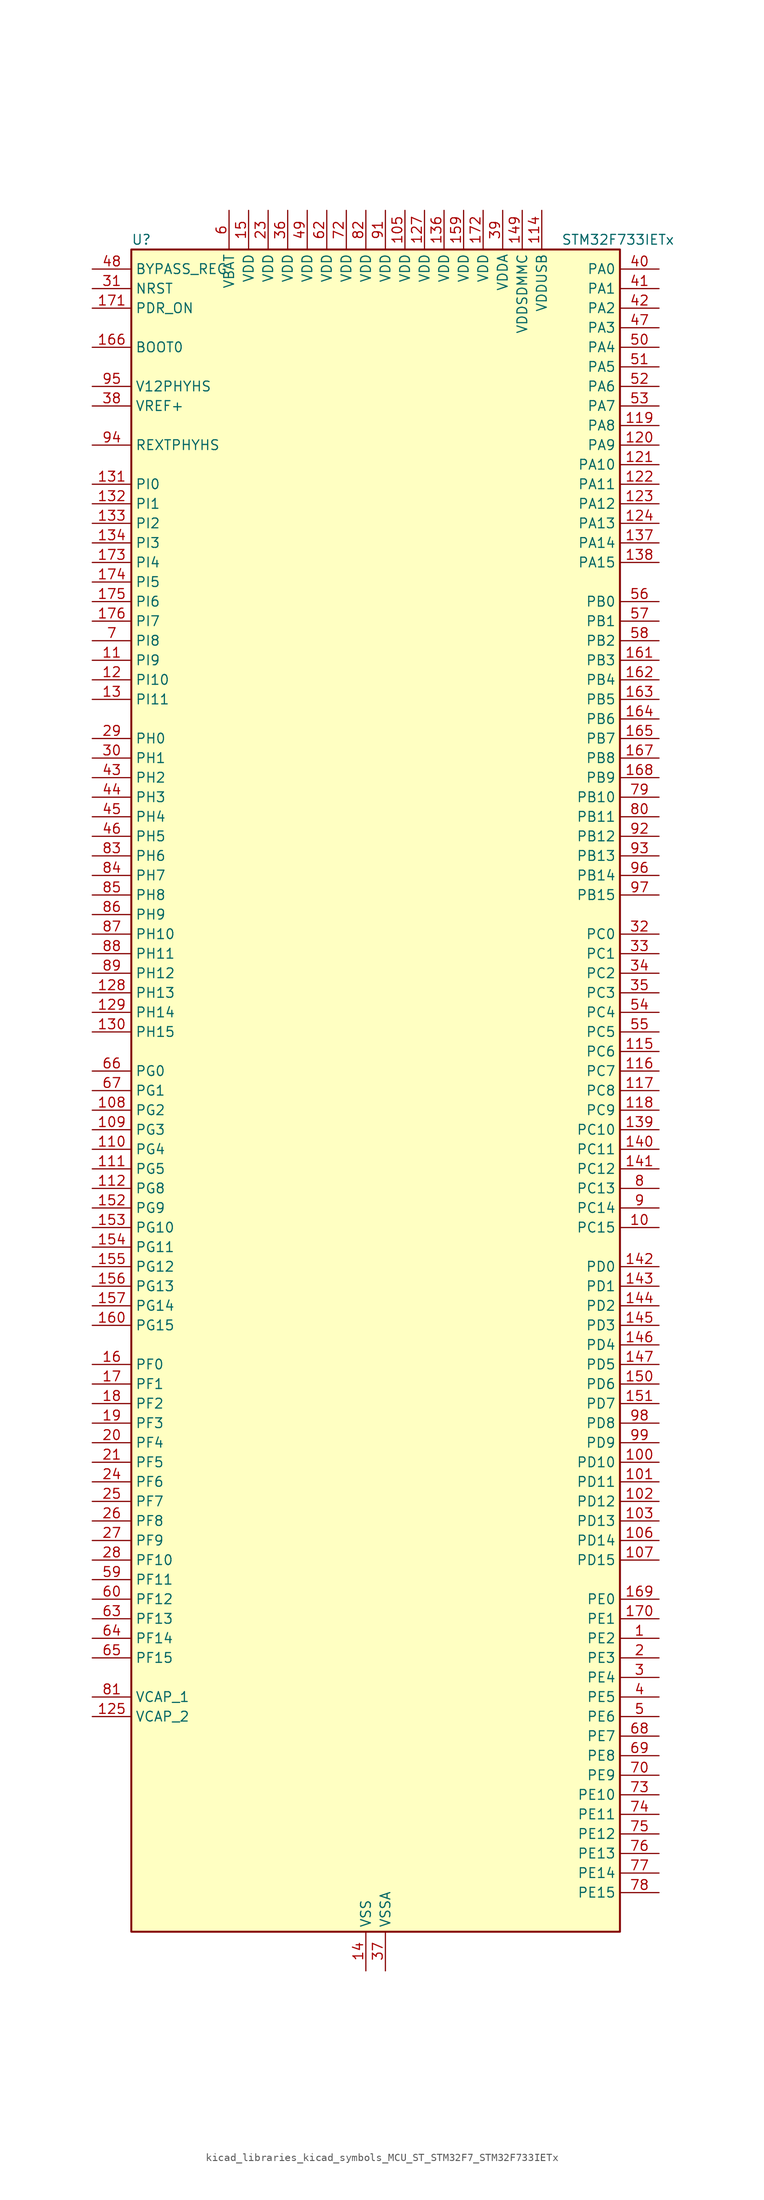
<source format=kicad_sym>
(kicad_symbol_lib
  (version 20220914)
  (generator kicad_symbol_editor)
  (symbol "kicad_libraries_kicad_symbols_MCU_ST_STM32F7_STM32F733IETx"
    (property "Reference" "U"
      (at -30.48 110.49 0)
      (effects (font (size 1.27 1.27)) (justify left)))
    (property "Value" "STM32F733IETx"
      (at 25.4 110.49 0)
      (effects (font (size 1.27 1.27)) (justify left)))
    (property "ki_locked" ""
      (at 0 0 0)
      (effects (font (size 1.27 1.27))))
    (symbol "kicad_libraries_kicad_symbols_MCU_ST_STM32F7_STM32F733IETx_0_1"
      (rectangle (start -30.48 -109.22) (end 33.02 109.22) (stroke (width 0.254) (type default)) (fill (type background))))
    (symbol "kicad_libraries_kicad_symbols_MCU_ST_STM32F7_STM32F733IETx_1_1"
      (pin bidirectional line (at 38.1 -71.12 180) (length 5.08) (name "PE2" (effects (font (size 1.27 1.27)))) (number "1" (effects (font (size 1.27 1.27)))) (alternate "FMC_A23" bidirectional line) (alternate "QUADSPI_BK1_IO2" bidirectional line) (alternate "SAI1_MCLK_A" bidirectional line) (alternate "SPI4_SCK" bidirectional line) (alternate "SYS_TRACECLK" bidirectional line))
      (pin bidirectional line (at 38.1 -17.78 180) (length 5.08) (name "PC15" (effects (font (size 1.27 1.27)))) (number "10" (effects (font (size 1.27 1.27)))) (alternate "RCC_OSC32_OUT" bidirectional line))
      (pin bidirectional line (at 38.1 -48.26 180) (length 5.08) (name "PD10" (effects (font (size 1.27 1.27)))) (number "100" (effects (font (size 1.27 1.27)))) (alternate "FMC_D15" bidirectional line) (alternate "FMC_DA15" bidirectional line) (alternate "USART3_CK" bidirectional line))
      (pin bidirectional line (at 38.1 -50.8 180) (length 5.08) (name "PD11" (effects (font (size 1.27 1.27)))) (number "101" (effects (font (size 1.27 1.27)))) (alternate "ADC1_EXTI11" bidirectional line) (alternate "ADC2_EXTI11" bidirectional line) (alternate "ADC3_EXTI11" bidirectional line) (alternate "FMC_A16" bidirectional line) (alternate "FMC_CLE" bidirectional line) (alternate "QUADSPI_BK1_IO0" bidirectional line) (alternate "SAI2_SD_A" bidirectional line) (alternate "USART3_CTS" bidirectional line))
      (pin bidirectional line (at 38.1 -53.34 180) (length 5.08) (name "PD12" (effects (font (size 1.27 1.27)))) (number "102" (effects (font (size 1.27 1.27)))) (alternate "FMC_A17" bidirectional line) (alternate "FMC_ALE" bidirectional line) (alternate "LPTIM1_IN1" bidirectional line) (alternate "QUADSPI_BK1_IO1" bidirectional line) (alternate "SAI2_FS_A" bidirectional line) (alternate "TIM4_CH1" bidirectional line) (alternate "USART3_DE" bidirectional line) (alternate "USART3_RTS" bidirectional line))
      (pin bidirectional line (at 38.1 -55.88 180) (length 5.08) (name "PD13" (effects (font (size 1.27 1.27)))) (number "103" (effects (font (size 1.27 1.27)))) (alternate "FMC_A18" bidirectional line) (alternate "LPTIM1_OUT" bidirectional line) (alternate "QUADSPI_BK1_IO3" bidirectional line) (alternate "SAI2_SCK_A" bidirectional line) (alternate "TIM4_CH2" bidirectional line))
      (pin passive line (at 0 -114.3 90) (length 5.08) hide (name "VSS" (effects (font (size 1.27 1.27)))) (number "104" (effects (font (size 1.27 1.27)))))
      (pin power_in line (at 5.08 114.3 270) (length 5.08) (name "VDD" (effects (font (size 1.27 1.27)))) (number "105" (effects (font (size 1.27 1.27)))))
      (pin bidirectional line (at 38.1 -58.42 180) (length 5.08) (name "PD14" (effects (font (size 1.27 1.27)))) (number "106" (effects (font (size 1.27 1.27)))) (alternate "FMC_D0" bidirectional line) (alternate "FMC_DA0" bidirectional line) (alternate "TIM4_CH3" bidirectional line) (alternate "UART8_CTS" bidirectional line))
      (pin bidirectional line (at 38.1 -60.96 180) (length 5.08) (name "PD15" (effects (font (size 1.27 1.27)))) (number "107" (effects (font (size 1.27 1.27)))) (alternate "FMC_D1" bidirectional line) (alternate "FMC_DA1" bidirectional line) (alternate "TIM4_CH4" bidirectional line) (alternate "UART8_DE" bidirectional line) (alternate "UART8_RTS" bidirectional line))
      (pin bidirectional line (at -35.56 -2.54 0) (length 5.08) (name "PG2" (effects (font (size 1.27 1.27)))) (number "108" (effects (font (size 1.27 1.27)))) (alternate "FMC_A12" bidirectional line))
      (pin bidirectional line (at -35.56 -5.08 0) (length 5.08) (name "PG3" (effects (font (size 1.27 1.27)))) (number "109" (effects (font (size 1.27 1.27)))) (alternate "FMC_A13" bidirectional line))
      (pin bidirectional line (at -35.56 55.88 0) (length 5.08) (name "PI9" (effects (font (size 1.27 1.27)))) (number "11" (effects (font (size 1.27 1.27)))) (alternate "CAN1_RX" bidirectional line) (alternate "DAC_EXTI9" bidirectional line) (alternate "FMC_D30" bidirectional line) (alternate "UART4_RX" bidirectional line))
      (pin bidirectional line (at -35.56 -7.62 0) (length 5.08) (name "PG4" (effects (font (size 1.27 1.27)))) (number "110" (effects (font (size 1.27 1.27)))) (alternate "FMC_A14" bidirectional line) (alternate "FMC_BA0" bidirectional line))
      (pin bidirectional line (at -35.56 -10.16 0) (length 5.08) (name "PG5" (effects (font (size 1.27 1.27)))) (number "111" (effects (font (size 1.27 1.27)))) (alternate "FMC_A15" bidirectional line) (alternate "FMC_BA1" bidirectional line))
      (pin bidirectional line (at -35.56 -12.7 0) (length 5.08) (name "PG8" (effects (font (size 1.27 1.27)))) (number "112" (effects (font (size 1.27 1.27)))) (alternate "FMC_SDCLK" bidirectional line) (alternate "USART6_DE" bidirectional line) (alternate "USART6_RTS" bidirectional line))
      (pin passive line (at 0 -114.3 90) (length 5.08) hide (name "VSS" (effects (font (size 1.27 1.27)))) (number "113" (effects (font (size 1.27 1.27)))))
      (pin power_in line (at 22.86 114.3 270) (length 5.08) (name "VDDUSB" (effects (font (size 1.27 1.27)))) (number "114" (effects (font (size 1.27 1.27)))))
      (pin bidirectional line (at 38.1 5.08 180) (length 5.08) (name "PC6" (effects (font (size 1.27 1.27)))) (number "115" (effects (font (size 1.27 1.27)))) (alternate "I2S2_MCK" bidirectional line) (alternate "SDMMC1_D6" bidirectional line) (alternate "SDMMC2_D6" bidirectional line) (alternate "TIM3_CH1" bidirectional line) (alternate "TIM8_CH1" bidirectional line) (alternate "USART6_TX" bidirectional line))
      (pin bidirectional line (at 38.1 2.54 180) (length 5.08) (name "PC7" (effects (font (size 1.27 1.27)))) (number "116" (effects (font (size 1.27 1.27)))) (alternate "I2S3_MCK" bidirectional line) (alternate "SDMMC1_D7" bidirectional line) (alternate "SDMMC2_D7" bidirectional line) (alternate "TIM3_CH2" bidirectional line) (alternate "TIM8_CH2" bidirectional line) (alternate "USART6_RX" bidirectional line))
      (pin bidirectional line (at 38.1 0 180) (length 5.08) (name "PC8" (effects (font (size 1.27 1.27)))) (number "117" (effects (font (size 1.27 1.27)))) (alternate "SDMMC1_D0" bidirectional line) (alternate "SYS_TRACED1" bidirectional line) (alternate "TIM3_CH3" bidirectional line) (alternate "TIM8_CH3" bidirectional line) (alternate "UART5_DE" bidirectional line) (alternate "UART5_RTS" bidirectional line) (alternate "USART6_CK" bidirectional line))
      (pin bidirectional line (at 38.1 -2.54 180) (length 5.08) (name "PC9" (effects (font (size 1.27 1.27)))) (number "118" (effects (font (size 1.27 1.27)))) (alternate "DAC_EXTI9" bidirectional line) (alternate "I2C3_SDA" bidirectional line) (alternate "I2S_CKIN" bidirectional line) (alternate "QUADSPI_BK1_IO0" bidirectional line) (alternate "RCC_MCO_2" bidirectional line) (alternate "SDMMC1_D1" bidirectional line) (alternate "TIM3_CH4" bidirectional line) (alternate "TIM8_CH4" bidirectional line) (alternate "UART5_CTS" bidirectional line))
      (pin bidirectional line (at 38.1 86.36 180) (length 5.08) (name "PA8" (effects (font (size 1.27 1.27)))) (number "119" (effects (font (size 1.27 1.27)))) (alternate "I2C3_SCL" bidirectional line) (alternate "RCC_MCO_1" bidirectional line) (alternate "TIM1_CH1" bidirectional line) (alternate "TIM8_BKIN2" bidirectional line) (alternate "USART1_CK" bidirectional line) (alternate "USB_OTG_FS_SOF" bidirectional line))
      (pin bidirectional line (at -35.56 53.34 0) (length 5.08) (name "PI10" (effects (font (size 1.27 1.27)))) (number "12" (effects (font (size 1.27 1.27)))) (alternate "FMC_D31" bidirectional line))
      (pin bidirectional line (at 38.1 83.82 180) (length 5.08) (name "PA9" (effects (font (size 1.27 1.27)))) (number "120" (effects (font (size 1.27 1.27)))) (alternate "DAC_EXTI9" bidirectional line) (alternate "I2C3_SMBA" bidirectional line) (alternate "I2S2_CK" bidirectional line) (alternate "SPI2_SCK" bidirectional line) (alternate "TIM1_CH2" bidirectional line) (alternate "USART1_TX" bidirectional line) (alternate "USB_OTG_FS_VBUS" bidirectional line))
      (pin bidirectional line (at 38.1 81.28 180) (length 5.08) (name "PA10" (effects (font (size 1.27 1.27)))) (number "121" (effects (font (size 1.27 1.27)))) (alternate "TIM1_CH3" bidirectional line) (alternate "USART1_RX" bidirectional line) (alternate "USB_OTG_FS_ID" bidirectional line))
      (pin bidirectional line (at 38.1 78.74 180) (length 5.08) (name "PA11" (effects (font (size 1.27 1.27)))) (number "122" (effects (font (size 1.27 1.27)))) (alternate "ADC1_EXTI11" bidirectional line) (alternate "ADC2_EXTI11" bidirectional line) (alternate "ADC3_EXTI11" bidirectional line) (alternate "CAN1_RX" bidirectional line) (alternate "TIM1_CH4" bidirectional line) (alternate "USART1_CTS" bidirectional line) (alternate "USB_OTG_FS_DM" bidirectional line))
      (pin bidirectional line (at 38.1 76.2 180) (length 5.08) (name "PA12" (effects (font (size 1.27 1.27)))) (number "123" (effects (font (size 1.27 1.27)))) (alternate "CAN1_TX" bidirectional line) (alternate "SAI2_FS_B" bidirectional line) (alternate "TIM1_ETR" bidirectional line) (alternate "USART1_DE" bidirectional line) (alternate "USART1_RTS" bidirectional line) (alternate "USB_OTG_FS_DP" bidirectional line))
      (pin bidirectional line (at 38.1 73.66 180) (length 5.08) (name "PA13" (effects (font (size 1.27 1.27)))) (number "124" (effects (font (size 1.27 1.27)))) (alternate "SYS_JTMS-SWDIO" bidirectional line))
      (pin power_out line (at -35.56 -81.28 0) (length 5.08) (name "VCAP_2" (effects (font (size 1.27 1.27)))) (number "125" (effects (font (size 1.27 1.27)))))
      (pin passive line (at 0 -114.3 90) (length 5.08) hide (name "VSS" (effects (font (size 1.27 1.27)))) (number "126" (effects (font (size 1.27 1.27)))))
      (pin power_in line (at 7.62 114.3 270) (length 5.08) (name "VDD" (effects (font (size 1.27 1.27)))) (number "127" (effects (font (size 1.27 1.27)))))
      (pin bidirectional line (at -35.56 12.7 0) (length 5.08) (name "PH13" (effects (font (size 1.27 1.27)))) (number "128" (effects (font (size 1.27 1.27)))) (alternate "CAN1_TX" bidirectional line) (alternate "FMC_D21" bidirectional line) (alternate "TIM8_CH1N" bidirectional line) (alternate "UART4_TX" bidirectional line))
      (pin bidirectional line (at -35.56 10.16 0) (length 5.08) (name "PH14" (effects (font (size 1.27 1.27)))) (number "129" (effects (font (size 1.27 1.27)))) (alternate "CAN1_RX" bidirectional line) (alternate "FMC_D22" bidirectional line) (alternate "TIM8_CH2N" bidirectional line) (alternate "UART4_RX" bidirectional line))
      (pin bidirectional line (at -35.56 50.8 0) (length 5.08) (name "PI11" (effects (font (size 1.27 1.27)))) (number "13" (effects (font (size 1.27 1.27)))) (alternate "ADC1_EXTI11" bidirectional line) (alternate "ADC2_EXTI11" bidirectional line) (alternate "ADC3_EXTI11" bidirectional line) (alternate "SYS_WKUP6" bidirectional line))
      (pin bidirectional line (at -35.56 7.62 0) (length 5.08) (name "PH15" (effects (font (size 1.27 1.27)))) (number "130" (effects (font (size 1.27 1.27)))) (alternate "FMC_D23" bidirectional line) (alternate "TIM8_CH3N" bidirectional line))
      (pin bidirectional line (at -35.56 78.74 0) (length 5.08) (name "PI0" (effects (font (size 1.27 1.27)))) (number "131" (effects (font (size 1.27 1.27)))) (alternate "FMC_D24" bidirectional line) (alternate "I2S2_WS" bidirectional line) (alternate "SPI2_NSS" bidirectional line) (alternate "TIM5_CH4" bidirectional line))
      (pin bidirectional line (at -35.56 76.2 0) (length 5.08) (name "PI1" (effects (font (size 1.27 1.27)))) (number "132" (effects (font (size 1.27 1.27)))) (alternate "FMC_D25" bidirectional line) (alternate "I2S2_CK" bidirectional line) (alternate "SPI2_SCK" bidirectional line) (alternate "TIM8_BKIN2" bidirectional line))
      (pin bidirectional line (at -35.56 73.66 0) (length 5.08) (name "PI2" (effects (font (size 1.27 1.27)))) (number "133" (effects (font (size 1.27 1.27)))) (alternate "FMC_D26" bidirectional line) (alternate "SPI2_MISO" bidirectional line) (alternate "TIM8_CH4" bidirectional line))
      (pin bidirectional line (at -35.56 71.12 0) (length 5.08) (name "PI3" (effects (font (size 1.27 1.27)))) (number "134" (effects (font (size 1.27 1.27)))) (alternate "FMC_D27" bidirectional line) (alternate "I2S2_SD" bidirectional line) (alternate "SPI2_MOSI" bidirectional line) (alternate "TIM8_ETR" bidirectional line))
      (pin passive line (at 0 -114.3 90) (length 5.08) hide (name "VSS" (effects (font (size 1.27 1.27)))) (number "135" (effects (font (size 1.27 1.27)))))
      (pin power_in line (at 10.16 114.3 270) (length 5.08) (name "VDD" (effects (font (size 1.27 1.27)))) (number "136" (effects (font (size 1.27 1.27)))))
      (pin bidirectional line (at 38.1 71.12 180) (length 5.08) (name "PA14" (effects (font (size 1.27 1.27)))) (number "137" (effects (font (size 1.27 1.27)))) (alternate "SYS_JTCK-SWCLK" bidirectional line))
      (pin bidirectional line (at 38.1 68.58 180) (length 5.08) (name "PA15" (effects (font (size 1.27 1.27)))) (number "138" (effects (font (size 1.27 1.27)))) (alternate "I2S1_WS" bidirectional line) (alternate "I2S3_WS" bidirectional line) (alternate "SPI1_NSS" bidirectional line) (alternate "SPI3_NSS" bidirectional line) (alternate "SYS_JTDI" bidirectional line) (alternate "TIM2_CH1" bidirectional line) (alternate "TIM2_ETR" bidirectional line) (alternate "UART4_DE" bidirectional line) (alternate "UART4_RTS" bidirectional line))
      (pin bidirectional line (at 38.1 -5.08 180) (length 5.08) (name "PC10" (effects (font (size 1.27 1.27)))) (number "139" (effects (font (size 1.27 1.27)))) (alternate "I2S3_CK" bidirectional line) (alternate "QUADSPI_BK1_IO1" bidirectional line) (alternate "SDMMC1_D2" bidirectional line) (alternate "SPI3_SCK" bidirectional line) (alternate "UART4_TX" bidirectional line) (alternate "USART3_TX" bidirectional line))
      (pin power_in line (at 0 -114.3 90) (length 5.08) (name "VSS" (effects (font (size 1.27 1.27)))) (number "14" (effects (font (size 1.27 1.27)))))
      (pin bidirectional line (at 38.1 -7.62 180) (length 5.08) (name "PC11" (effects (font (size 1.27 1.27)))) (number "140" (effects (font (size 1.27 1.27)))) (alternate "ADC1_EXTI11" bidirectional line) (alternate "ADC2_EXTI11" bidirectional line) (alternate "ADC3_EXTI11" bidirectional line) (alternate "QUADSPI_BK2_NCS" bidirectional line) (alternate "SDMMC1_D3" bidirectional line) (alternate "SPI3_MISO" bidirectional line) (alternate "UART4_RX" bidirectional line) (alternate "USART3_RX" bidirectional line))
      (pin bidirectional line (at 38.1 -10.16 180) (length 5.08) (name "PC12" (effects (font (size 1.27 1.27)))) (number "141" (effects (font (size 1.27 1.27)))) (alternate "I2S3_SD" bidirectional line) (alternate "SDMMC1_CK" bidirectional line) (alternate "SPI3_MOSI" bidirectional line) (alternate "SYS_TRACED3" bidirectional line) (alternate "UART5_TX" bidirectional line) (alternate "USART3_CK" bidirectional line))
      (pin bidirectional line (at 38.1 -22.86 180) (length 5.08) (name "PD0" (effects (font (size 1.27 1.27)))) (number "142" (effects (font (size 1.27 1.27)))) (alternate "CAN1_RX" bidirectional line) (alternate "FMC_D2" bidirectional line) (alternate "FMC_DA2" bidirectional line))
      (pin bidirectional line (at 38.1 -25.4 180) (length 5.08) (name "PD1" (effects (font (size 1.27 1.27)))) (number "143" (effects (font (size 1.27 1.27)))) (alternate "CAN1_TX" bidirectional line) (alternate "FMC_D3" bidirectional line) (alternate "FMC_DA3" bidirectional line))
      (pin bidirectional line (at 38.1 -27.94 180) (length 5.08) (name "PD2" (effects (font (size 1.27 1.27)))) (number "144" (effects (font (size 1.27 1.27)))) (alternate "SDMMC1_CMD" bidirectional line) (alternate "SYS_TRACED2" bidirectional line) (alternate "TIM3_ETR" bidirectional line) (alternate "UART5_RX" bidirectional line))
      (pin bidirectional line (at 38.1 -30.48 180) (length 5.08) (name "PD3" (effects (font (size 1.27 1.27)))) (number "145" (effects (font (size 1.27 1.27)))) (alternate "FMC_CLK" bidirectional line) (alternate "I2S2_CK" bidirectional line) (alternate "SPI2_SCK" bidirectional line) (alternate "USART2_CTS" bidirectional line))
      (pin bidirectional line (at 38.1 -33.02 180) (length 5.08) (name "PD4" (effects (font (size 1.27 1.27)))) (number "146" (effects (font (size 1.27 1.27)))) (alternate "FMC_NOE" bidirectional line) (alternate "USART2_DE" bidirectional line) (alternate "USART2_RTS" bidirectional line))
      (pin bidirectional line (at 38.1 -35.56 180) (length 5.08) (name "PD5" (effects (font (size 1.27 1.27)))) (number "147" (effects (font (size 1.27 1.27)))) (alternate "FMC_NWE" bidirectional line) (alternate "USART2_TX" bidirectional line))
      (pin passive line (at 0 -114.3 90) (length 5.08) hide (name "VSS" (effects (font (size 1.27 1.27)))) (number "148" (effects (font (size 1.27 1.27)))))
      (pin power_in line (at 20.32 114.3 270) (length 5.08) (name "VDDSDMMC" (effects (font (size 1.27 1.27)))) (number "149" (effects (font (size 1.27 1.27)))))
      (pin power_in line (at -15.24 114.3 270) (length 5.08) (name "VDD" (effects (font (size 1.27 1.27)))) (number "15" (effects (font (size 1.27 1.27)))))
      (pin bidirectional line (at 38.1 -38.1 180) (length 5.08) (name "PD6" (effects (font (size 1.27 1.27)))) (number "150" (effects (font (size 1.27 1.27)))) (alternate "FMC_NWAIT" bidirectional line) (alternate "I2S3_SD" bidirectional line) (alternate "SAI1_SD_A" bidirectional line) (alternate "SDMMC2_CK" bidirectional line) (alternate "SPI3_MOSI" bidirectional line) (alternate "USART2_RX" bidirectional line))
      (pin bidirectional line (at 38.1 -40.64 180) (length 5.08) (name "PD7" (effects (font (size 1.27 1.27)))) (number "151" (effects (font (size 1.27 1.27)))) (alternate "FMC_NE1" bidirectional line) (alternate "SDMMC2_CMD" bidirectional line) (alternate "USART2_CK" bidirectional line))
      (pin bidirectional line (at -35.56 -15.24 0) (length 5.08) (name "PG9" (effects (font (size 1.27 1.27)))) (number "152" (effects (font (size 1.27 1.27)))) (alternate "DAC_EXTI9" bidirectional line) (alternate "FMC_NCE" bidirectional line) (alternate "FMC_NE2" bidirectional line) (alternate "QUADSPI_BK2_IO2" bidirectional line) (alternate "SAI2_FS_B" bidirectional line) (alternate "SDMMC2_D0" bidirectional line) (alternate "USART6_RX" bidirectional line))
      (pin bidirectional line (at -35.56 -17.78 0) (length 5.08) (name "PG10" (effects (font (size 1.27 1.27)))) (number "153" (effects (font (size 1.27 1.27)))) (alternate "FMC_NE3" bidirectional line) (alternate "SAI2_SD_B" bidirectional line) (alternate "SDMMC2_D1" bidirectional line))
      (pin bidirectional line (at -35.56 -20.32 0) (length 5.08) (name "PG11" (effects (font (size 1.27 1.27)))) (number "154" (effects (font (size 1.27 1.27)))) (alternate "ADC1_EXTI11" bidirectional line) (alternate "ADC2_EXTI11" bidirectional line) (alternate "ADC3_EXTI11" bidirectional line) (alternate "FMC_INT" bidirectional line) (alternate "SDMMC2_D2" bidirectional line))
      (pin bidirectional line (at -35.56 -22.86 0) (length 5.08) (name "PG12" (effects (font (size 1.27 1.27)))) (number "155" (effects (font (size 1.27 1.27)))) (alternate "FMC_NE4" bidirectional line) (alternate "LPTIM1_IN1" bidirectional line) (alternate "SDMMC2_D3" bidirectional line) (alternate "USART6_DE" bidirectional line) (alternate "USART6_RTS" bidirectional line))
      (pin bidirectional line (at -35.56 -25.4 0) (length 5.08) (name "PG13" (effects (font (size 1.27 1.27)))) (number "156" (effects (font (size 1.27 1.27)))) (alternate "FMC_A24" bidirectional line) (alternate "LPTIM1_OUT" bidirectional line) (alternate "SYS_TRACED0" bidirectional line) (alternate "USART6_CTS" bidirectional line))
      (pin bidirectional line (at -35.56 -27.94 0) (length 5.08) (name "PG14" (effects (font (size 1.27 1.27)))) (number "157" (effects (font (size 1.27 1.27)))) (alternate "FMC_A25" bidirectional line) (alternate "LPTIM1_ETR" bidirectional line) (alternate "QUADSPI_BK2_IO3" bidirectional line) (alternate "SYS_TRACED1" bidirectional line) (alternate "USART6_TX" bidirectional line))
      (pin passive line (at 0 -114.3 90) (length 5.08) hide (name "VSS" (effects (font (size 1.27 1.27)))) (number "158" (effects (font (size 1.27 1.27)))))
      (pin power_in line (at 12.7 114.3 270) (length 5.08) (name "VDD" (effects (font (size 1.27 1.27)))) (number "159" (effects (font (size 1.27 1.27)))))
      (pin bidirectional line (at -35.56 -35.56 0) (length 5.08) (name "PF0" (effects (font (size 1.27 1.27)))) (number "16" (effects (font (size 1.27 1.27)))) (alternate "FMC_A0" bidirectional line) (alternate "I2C2_SDA" bidirectional line))
      (pin bidirectional line (at -35.56 -30.48 0) (length 5.08) (name "PG15" (effects (font (size 1.27 1.27)))) (number "160" (effects (font (size 1.27 1.27)))) (alternate "FMC_SDNCAS" bidirectional line) (alternate "USART6_CTS" bidirectional line))
      (pin bidirectional line (at 38.1 55.88 180) (length 5.08) (name "PB3" (effects (font (size 1.27 1.27)))) (number "161" (effects (font (size 1.27 1.27)))) (alternate "I2S1_CK" bidirectional line) (alternate "I2S3_CK" bidirectional line) (alternate "SDMMC2_D2" bidirectional line) (alternate "SPI1_SCK" bidirectional line) (alternate "SPI3_SCK" bidirectional line) (alternate "SYS_JTDO-SWO" bidirectional line) (alternate "TIM2_CH2" bidirectional line))
      (pin bidirectional line (at 38.1 53.34 180) (length 5.08) (name "PB4" (effects (font (size 1.27 1.27)))) (number "162" (effects (font (size 1.27 1.27)))) (alternate "I2S2_WS" bidirectional line) (alternate "SDMMC2_D3" bidirectional line) (alternate "SPI1_MISO" bidirectional line) (alternate "SPI2_NSS" bidirectional line) (alternate "SPI3_MISO" bidirectional line) (alternate "SYS_JTRST" bidirectional line) (alternate "TIM3_CH1" bidirectional line))
      (pin bidirectional line (at 38.1 50.8 180) (length 5.08) (name "PB5" (effects (font (size 1.27 1.27)))) (number "163" (effects (font (size 1.27 1.27)))) (alternate "FMC_SDCKE1" bidirectional line) (alternate "I2C1_SMBA" bidirectional line) (alternate "I2S1_SD" bidirectional line) (alternate "I2S3_SD" bidirectional line) (alternate "SPI1_MOSI" bidirectional line) (alternate "SPI3_MOSI" bidirectional line) (alternate "TIM3_CH2" bidirectional line))
      (pin bidirectional line (at 38.1 48.26 180) (length 5.08) (name "PB6" (effects (font (size 1.27 1.27)))) (number "164" (effects (font (size 1.27 1.27)))) (alternate "FMC_SDNE1" bidirectional line) (alternate "I2C1_SCL" bidirectional line) (alternate "QUADSPI_BK1_NCS" bidirectional line) (alternate "TIM4_CH1" bidirectional line) (alternate "USART1_TX" bidirectional line))
      (pin bidirectional line (at 38.1 45.72 180) (length 5.08) (name "PB7" (effects (font (size 1.27 1.27)))) (number "165" (effects (font (size 1.27 1.27)))) (alternate "FMC_NL" bidirectional line) (alternate "I2C1_SDA" bidirectional line) (alternate "TIM4_CH2" bidirectional line) (alternate "USART1_RX" bidirectional line))
      (pin input line (at -35.56 96.52 0) (length 5.08) (name "BOOT0" (effects (font (size 1.27 1.27)))) (number "166" (effects (font (size 1.27 1.27)))))
      (pin bidirectional line (at 38.1 43.18 180) (length 5.08) (name "PB8" (effects (font (size 1.27 1.27)))) (number "167" (effects (font (size 1.27 1.27)))) (alternate "CAN1_RX" bidirectional line) (alternate "I2C1_SCL" bidirectional line) (alternate "SDMMC1_D4" bidirectional line) (alternate "SDMMC2_D4" bidirectional line) (alternate "TIM10_CH1" bidirectional line) (alternate "TIM4_CH3" bidirectional line))
      (pin bidirectional line (at 38.1 40.64 180) (length 5.08) (name "PB9" (effects (font (size 1.27 1.27)))) (number "168" (effects (font (size 1.27 1.27)))) (alternate "CAN1_TX" bidirectional line) (alternate "DAC_EXTI9" bidirectional line) (alternate "I2C1_SDA" bidirectional line) (alternate "I2S2_WS" bidirectional line) (alternate "SDMMC1_D5" bidirectional line) (alternate "SDMMC2_D5" bidirectional line) (alternate "SPI2_NSS" bidirectional line) (alternate "TIM11_CH1" bidirectional line) (alternate "TIM4_CH4" bidirectional line))
      (pin bidirectional line (at 38.1 -66.04 180) (length 5.08) (name "PE0" (effects (font (size 1.27 1.27)))) (number "169" (effects (font (size 1.27 1.27)))) (alternate "FMC_NBL0" bidirectional line) (alternate "LPTIM1_ETR" bidirectional line) (alternate "SAI2_MCLK_A" bidirectional line) (alternate "TIM4_ETR" bidirectional line) (alternate "UART8_RX" bidirectional line))
      (pin bidirectional line (at -35.56 -38.1 0) (length 5.08) (name "PF1" (effects (font (size 1.27 1.27)))) (number "17" (effects (font (size 1.27 1.27)))) (alternate "FMC_A1" bidirectional line) (alternate "I2C2_SCL" bidirectional line))
      (pin bidirectional line (at 38.1 -68.58 180) (length 5.08) (name "PE1" (effects (font (size 1.27 1.27)))) (number "170" (effects (font (size 1.27 1.27)))) (alternate "FMC_NBL1" bidirectional line) (alternate "LPTIM1_IN2" bidirectional line) (alternate "UART8_TX" bidirectional line))
      (pin input line (at -35.56 101.6 0) (length 5.08) (name "PDR_ON" (effects (font (size 1.27 1.27)))) (number "171" (effects (font (size 1.27 1.27)))))
      (pin power_in line (at 15.24 114.3 270) (length 5.08) (name "VDD" (effects (font (size 1.27 1.27)))) (number "172" (effects (font (size 1.27 1.27)))))
      (pin bidirectional line (at -35.56 68.58 0) (length 5.08) (name "PI4" (effects (font (size 1.27 1.27)))) (number "173" (effects (font (size 1.27 1.27)))) (alternate "FMC_NBL2" bidirectional line) (alternate "SAI2_MCLK_A" bidirectional line) (alternate "TIM8_BKIN" bidirectional line))
      (pin bidirectional line (at -35.56 66.04 0) (length 5.08) (name "PI5" (effects (font (size 1.27 1.27)))) (number "174" (effects (font (size 1.27 1.27)))) (alternate "FMC_NBL3" bidirectional line) (alternate "SAI2_SCK_A" bidirectional line) (alternate "TIM8_CH1" bidirectional line))
      (pin bidirectional line (at -35.56 63.5 0) (length 5.08) (name "PI6" (effects (font (size 1.27 1.27)))) (number "175" (effects (font (size 1.27 1.27)))) (alternate "FMC_D28" bidirectional line) (alternate "SAI2_SD_A" bidirectional line) (alternate "TIM8_CH2" bidirectional line))
      (pin bidirectional line (at -35.56 60.96 0) (length 5.08) (name "PI7" (effects (font (size 1.27 1.27)))) (number "176" (effects (font (size 1.27 1.27)))) (alternate "FMC_D29" bidirectional line) (alternate "SAI2_FS_A" bidirectional line) (alternate "TIM8_CH3" bidirectional line))
      (pin bidirectional line (at -35.56 -40.64 0) (length 5.08) (name "PF2" (effects (font (size 1.27 1.27)))) (number "18" (effects (font (size 1.27 1.27)))) (alternate "FMC_A2" bidirectional line) (alternate "I2C2_SMBA" bidirectional line))
      (pin bidirectional line (at -35.56 -43.18 0) (length 5.08) (name "PF3" (effects (font (size 1.27 1.27)))) (number "19" (effects (font (size 1.27 1.27)))) (alternate "ADC3_IN9" bidirectional line) (alternate "FMC_A3" bidirectional line))
      (pin bidirectional line (at 38.1 -73.66 180) (length 5.08) (name "PE3" (effects (font (size 1.27 1.27)))) (number "2" (effects (font (size 1.27 1.27)))) (alternate "FMC_A19" bidirectional line) (alternate "SAI1_SD_B" bidirectional line) (alternate "SYS_TRACED0" bidirectional line))
      (pin bidirectional line (at -35.56 -45.72 0) (length 5.08) (name "PF4" (effects (font (size 1.27 1.27)))) (number "20" (effects (font (size 1.27 1.27)))) (alternate "ADC3_IN14" bidirectional line) (alternate "FMC_A4" bidirectional line))
      (pin bidirectional line (at -35.56 -48.26 0) (length 5.08) (name "PF5" (effects (font (size 1.27 1.27)))) (number "21" (effects (font (size 1.27 1.27)))) (alternate "ADC3_IN15" bidirectional line) (alternate "FMC_A5" bidirectional line))
      (pin passive line (at 0 -114.3 90) (length 5.08) hide (name "VSS" (effects (font (size 1.27 1.27)))) (number "22" (effects (font (size 1.27 1.27)))))
      (pin power_in line (at -12.7 114.3 270) (length 5.08) (name "VDD" (effects (font (size 1.27 1.27)))) (number "23" (effects (font (size 1.27 1.27)))))
      (pin bidirectional line (at -35.56 -50.8 0) (length 5.08) (name "PF6" (effects (font (size 1.27 1.27)))) (number "24" (effects (font (size 1.27 1.27)))) (alternate "ADC3_IN4" bidirectional line) (alternate "QUADSPI_BK1_IO3" bidirectional line) (alternate "SAI1_SD_B" bidirectional line) (alternate "SPI5_NSS" bidirectional line) (alternate "TIM10_CH1" bidirectional line) (alternate "UART7_RX" bidirectional line))
      (pin bidirectional line (at -35.56 -53.34 0) (length 5.08) (name "PF7" (effects (font (size 1.27 1.27)))) (number "25" (effects (font (size 1.27 1.27)))) (alternate "ADC3_IN5" bidirectional line) (alternate "QUADSPI_BK1_IO2" bidirectional line) (alternate "SAI1_MCLK_B" bidirectional line) (alternate "SPI5_SCK" bidirectional line) (alternate "TIM11_CH1" bidirectional line) (alternate "UART7_TX" bidirectional line))
      (pin bidirectional line (at -35.56 -55.88 0) (length 5.08) (name "PF8" (effects (font (size 1.27 1.27)))) (number "26" (effects (font (size 1.27 1.27)))) (alternate "ADC3_IN6" bidirectional line) (alternate "QUADSPI_BK1_IO0" bidirectional line) (alternate "SAI1_SCK_B" bidirectional line) (alternate "SPI5_MISO" bidirectional line) (alternate "TIM13_CH1" bidirectional line) (alternate "UART7_DE" bidirectional line) (alternate "UART7_RTS" bidirectional line))
      (pin bidirectional line (at -35.56 -58.42 0) (length 5.08) (name "PF9" (effects (font (size 1.27 1.27)))) (number "27" (effects (font (size 1.27 1.27)))) (alternate "ADC3_IN7" bidirectional line) (alternate "DAC_EXTI9" bidirectional line) (alternate "QUADSPI_BK1_IO1" bidirectional line) (alternate "SAI1_FS_B" bidirectional line) (alternate "SPI5_MOSI" bidirectional line) (alternate "TIM14_CH1" bidirectional line) (alternate "UART7_CTS" bidirectional line))
      (pin bidirectional line (at -35.56 -60.96 0) (length 5.08) (name "PF10" (effects (font (size 1.27 1.27)))) (number "28" (effects (font (size 1.27 1.27)))) (alternate "ADC3_IN8" bidirectional line))
      (pin bidirectional line (at -35.56 45.72 0) (length 5.08) (name "PH0" (effects (font (size 1.27 1.27)))) (number "29" (effects (font (size 1.27 1.27)))) (alternate "RCC_OSC_IN" bidirectional line))
      (pin bidirectional line (at 38.1 -76.2 180) (length 5.08) (name "PE4" (effects (font (size 1.27 1.27)))) (number "3" (effects (font (size 1.27 1.27)))) (alternate "FMC_A20" bidirectional line) (alternate "SAI1_FS_A" bidirectional line) (alternate "SPI4_NSS" bidirectional line) (alternate "SYS_TRACED1" bidirectional line))
      (pin bidirectional line (at -35.56 43.18 0) (length 5.08) (name "PH1" (effects (font (size 1.27 1.27)))) (number "30" (effects (font (size 1.27 1.27)))) (alternate "RCC_OSC_OUT" bidirectional line))
      (pin input line (at -35.56 104.14 0) (length 5.08) (name "NRST" (effects (font (size 1.27 1.27)))) (number "31" (effects (font (size 1.27 1.27)))))
      (pin bidirectional line (at 38.1 20.32 180) (length 5.08) (name "PC0" (effects (font (size 1.27 1.27)))) (number "32" (effects (font (size 1.27 1.27)))) (alternate "ADC1_IN10" bidirectional line) (alternate "ADC2_IN10" bidirectional line) (alternate "ADC3_IN10" bidirectional line) (alternate "FMC_SDNWE" bidirectional line) (alternate "SAI2_FS_B" bidirectional line))
      (pin bidirectional line (at 38.1 17.78 180) (length 5.08) (name "PC1" (effects (font (size 1.27 1.27)))) (number "33" (effects (font (size 1.27 1.27)))) (alternate "ADC1_IN11" bidirectional line) (alternate "ADC2_IN11" bidirectional line) (alternate "ADC3_IN11" bidirectional line) (alternate "I2S2_SD" bidirectional line) (alternate "RTC_TAMP3" bidirectional line) (alternate "RTC_TS" bidirectional line) (alternate "SAI1_SD_A" bidirectional line) (alternate "SPI2_MOSI" bidirectional line) (alternate "SYS_TRACED0" bidirectional line) (alternate "SYS_WKUP3" bidirectional line))
      (pin bidirectional line (at 38.1 15.24 180) (length 5.08) (name "PC2" (effects (font (size 1.27 1.27)))) (number "34" (effects (font (size 1.27 1.27)))) (alternate "ADC1_IN12" bidirectional line) (alternate "ADC2_IN12" bidirectional line) (alternate "ADC3_IN12" bidirectional line) (alternate "FMC_SDNE0" bidirectional line) (alternate "SPI2_MISO" bidirectional line))
      (pin bidirectional line (at 38.1 12.7 180) (length 5.08) (name "PC3" (effects (font (size 1.27 1.27)))) (number "35" (effects (font (size 1.27 1.27)))) (alternate "ADC1_IN13" bidirectional line) (alternate "ADC2_IN13" bidirectional line) (alternate "ADC3_IN13" bidirectional line) (alternate "FMC_SDCKE0" bidirectional line) (alternate "I2S2_SD" bidirectional line) (alternate "SPI2_MOSI" bidirectional line))
      (pin power_in line (at -10.16 114.3 270) (length 5.08) (name "VDD" (effects (font (size 1.27 1.27)))) (number "36" (effects (font (size 1.27 1.27)))))
      (pin power_in line (at 2.54 -114.3 90) (length 5.08) (name "VSSA" (effects (font (size 1.27 1.27)))) (number "37" (effects (font (size 1.27 1.27)))))
      (pin input line (at -35.56 88.9 0) (length 5.08) (name "VREF+" (effects (font (size 1.27 1.27)))) (number "38" (effects (font (size 1.27 1.27)))))
      (pin power_in line (at 17.78 114.3 270) (length 5.08) (name "VDDA" (effects (font (size 1.27 1.27)))) (number "39" (effects (font (size 1.27 1.27)))))
      (pin bidirectional line (at 38.1 -78.74 180) (length 5.08) (name "PE5" (effects (font (size 1.27 1.27)))) (number "4" (effects (font (size 1.27 1.27)))) (alternate "FMC_A21" bidirectional line) (alternate "SAI1_SCK_A" bidirectional line) (alternate "SPI4_MISO" bidirectional line) (alternate "SYS_TRACED2" bidirectional line) (alternate "TIM9_CH1" bidirectional line))
      (pin bidirectional line (at 38.1 106.68 180) (length 5.08) (name "PA0" (effects (font (size 1.27 1.27)))) (number "40" (effects (font (size 1.27 1.27)))) (alternate "ADC1_IN0" bidirectional line) (alternate "ADC2_IN0" bidirectional line) (alternate "ADC3_IN0" bidirectional line) (alternate "SAI2_SD_B" bidirectional line) (alternate "SYS_WKUP1" bidirectional line) (alternate "TIM2_CH1" bidirectional line) (alternate "TIM2_ETR" bidirectional line) (alternate "TIM5_CH1" bidirectional line) (alternate "TIM8_ETR" bidirectional line) (alternate "UART4_TX" bidirectional line) (alternate "USART2_CTS" bidirectional line))
      (pin bidirectional line (at 38.1 104.14 180) (length 5.08) (name "PA1" (effects (font (size 1.27 1.27)))) (number "41" (effects (font (size 1.27 1.27)))) (alternate "ADC1_IN1" bidirectional line) (alternate "ADC2_IN1" bidirectional line) (alternate "ADC3_IN1" bidirectional line) (alternate "QUADSPI_BK1_IO3" bidirectional line) (alternate "SAI2_MCLK_B" bidirectional line) (alternate "TIM2_CH2" bidirectional line) (alternate "TIM5_CH2" bidirectional line) (alternate "UART4_RX" bidirectional line) (alternate "USART2_DE" bidirectional line) (alternate "USART2_RTS" bidirectional line))
      (pin bidirectional line (at 38.1 101.6 180) (length 5.08) (name "PA2" (effects (font (size 1.27 1.27)))) (number "42" (effects (font (size 1.27 1.27)))) (alternate "ADC1_IN2" bidirectional line) (alternate "ADC2_IN2" bidirectional line) (alternate "ADC3_IN2" bidirectional line) (alternate "SAI2_SCK_B" bidirectional line) (alternate "SYS_WKUP2" bidirectional line) (alternate "TIM2_CH3" bidirectional line) (alternate "TIM5_CH3" bidirectional line) (alternate "TIM9_CH1" bidirectional line) (alternate "USART2_TX" bidirectional line))
      (pin bidirectional line (at -35.56 40.64 0) (length 5.08) (name "PH2" (effects (font (size 1.27 1.27)))) (number "43" (effects (font (size 1.27 1.27)))) (alternate "FMC_SDCKE0" bidirectional line) (alternate "LPTIM1_IN2" bidirectional line) (alternate "QUADSPI_BK2_IO0" bidirectional line) (alternate "SAI2_SCK_B" bidirectional line))
      (pin bidirectional line (at -35.56 38.1 0) (length 5.08) (name "PH3" (effects (font (size 1.27 1.27)))) (number "44" (effects (font (size 1.27 1.27)))) (alternate "FMC_SDNE0" bidirectional line) (alternate "QUADSPI_BK2_IO1" bidirectional line) (alternate "SAI2_MCLK_B" bidirectional line))
      (pin bidirectional line (at -35.56 35.56 0) (length 5.08) (name "PH4" (effects (font (size 1.27 1.27)))) (number "45" (effects (font (size 1.27 1.27)))) (alternate "I2C2_SCL" bidirectional line))
      (pin bidirectional line (at -35.56 33.02 0) (length 5.08) (name "PH5" (effects (font (size 1.27 1.27)))) (number "46" (effects (font (size 1.27 1.27)))) (alternate "FMC_SDNWE" bidirectional line) (alternate "I2C2_SDA" bidirectional line) (alternate "SPI5_NSS" bidirectional line))
      (pin bidirectional line (at 38.1 99.06 180) (length 5.08) (name "PA3" (effects (font (size 1.27 1.27)))) (number "47" (effects (font (size 1.27 1.27)))) (alternate "ADC1_IN3" bidirectional line) (alternate "ADC2_IN3" bidirectional line) (alternate "ADC3_IN3" bidirectional line) (alternate "TIM2_CH4" bidirectional line) (alternate "TIM5_CH4" bidirectional line) (alternate "TIM9_CH2" bidirectional line) (alternate "USART2_RX" bidirectional line))
      (pin input line (at -35.56 106.68 0) (length 5.08) (name "BYPASS_REG" (effects (font (size 1.27 1.27)))) (number "48" (effects (font (size 1.27 1.27)))))
      (pin power_in line (at -7.62 114.3 270) (length 5.08) (name "VDD" (effects (font (size 1.27 1.27)))) (number "49" (effects (font (size 1.27 1.27)))))
      (pin bidirectional line (at 38.1 -81.28 180) (length 5.08) (name "PE6" (effects (font (size 1.27 1.27)))) (number "5" (effects (font (size 1.27 1.27)))) (alternate "FMC_A22" bidirectional line) (alternate "SAI1_SD_A" bidirectional line) (alternate "SAI2_MCLK_B" bidirectional line) (alternate "SPI4_MOSI" bidirectional line) (alternate "SYS_TRACED3" bidirectional line) (alternate "TIM1_BKIN2" bidirectional line) (alternate "TIM9_CH2" bidirectional line))
      (pin bidirectional line (at 38.1 96.52 180) (length 5.08) (name "PA4" (effects (font (size 1.27 1.27)))) (number "50" (effects (font (size 1.27 1.27)))) (alternate "ADC1_IN4" bidirectional line) (alternate "ADC2_IN4" bidirectional line) (alternate "DAC_OUT1" bidirectional line) (alternate "I2S1_WS" bidirectional line) (alternate "I2S3_WS" bidirectional line) (alternate "SPI1_NSS" bidirectional line) (alternate "SPI3_NSS" bidirectional line) (alternate "USART2_CK" bidirectional line) (alternate "USB_OTG_HS_SOF" bidirectional line))
      (pin bidirectional line (at 38.1 93.98 180) (length 5.08) (name "PA5" (effects (font (size 1.27 1.27)))) (number "51" (effects (font (size 1.27 1.27)))) (alternate "ADC1_IN5" bidirectional line) (alternate "ADC2_IN5" bidirectional line) (alternate "DAC_OUT2" bidirectional line) (alternate "I2S1_CK" bidirectional line) (alternate "SPI1_SCK" bidirectional line) (alternate "TIM2_CH1" bidirectional line) (alternate "TIM2_ETR" bidirectional line) (alternate "TIM8_CH1N" bidirectional line))
      (pin bidirectional line (at 38.1 91.44 180) (length 5.08) (name "PA6" (effects (font (size 1.27 1.27)))) (number "52" (effects (font (size 1.27 1.27)))) (alternate "ADC1_IN6" bidirectional line) (alternate "ADC2_IN6" bidirectional line) (alternate "SPI1_MISO" bidirectional line) (alternate "TIM13_CH1" bidirectional line) (alternate "TIM1_BKIN" bidirectional line) (alternate "TIM3_CH1" bidirectional line) (alternate "TIM8_BKIN" bidirectional line))
      (pin bidirectional line (at 38.1 88.9 180) (length 5.08) (name "PA7" (effects (font (size 1.27 1.27)))) (number "53" (effects (font (size 1.27 1.27)))) (alternate "ADC1_IN7" bidirectional line) (alternate "ADC2_IN7" bidirectional line) (alternate "FMC_SDNWE" bidirectional line) (alternate "I2S1_SD" bidirectional line) (alternate "SPI1_MOSI" bidirectional line) (alternate "TIM14_CH1" bidirectional line) (alternate "TIM1_CH1N" bidirectional line) (alternate "TIM3_CH2" bidirectional line) (alternate "TIM8_CH1N" bidirectional line))
      (pin bidirectional line (at 38.1 10.16 180) (length 5.08) (name "PC4" (effects (font (size 1.27 1.27)))) (number "54" (effects (font (size 1.27 1.27)))) (alternate "ADC1_IN14" bidirectional line) (alternate "ADC2_IN14" bidirectional line) (alternate "FMC_SDNE0" bidirectional line) (alternate "I2S1_MCK" bidirectional line))
      (pin bidirectional line (at 38.1 7.62 180) (length 5.08) (name "PC5" (effects (font (size 1.27 1.27)))) (number "55" (effects (font (size 1.27 1.27)))) (alternate "ADC1_IN15" bidirectional line) (alternate "ADC2_IN15" bidirectional line) (alternate "FMC_SDCKE0" bidirectional line))
      (pin bidirectional line (at 38.1 63.5 180) (length 5.08) (name "PB0" (effects (font (size 1.27 1.27)))) (number "56" (effects (font (size 1.27 1.27)))) (alternate "ADC1_IN8" bidirectional line) (alternate "ADC2_IN8" bidirectional line) (alternate "TIM1_CH2N" bidirectional line) (alternate "TIM3_CH3" bidirectional line) (alternate "TIM8_CH2N" bidirectional line) (alternate "UART4_CTS" bidirectional line))
      (pin bidirectional line (at 38.1 60.96 180) (length 5.08) (name "PB1" (effects (font (size 1.27 1.27)))) (number "57" (effects (font (size 1.27 1.27)))) (alternate "ADC1_IN9" bidirectional line) (alternate "ADC2_IN9" bidirectional line) (alternate "TIM1_CH3N" bidirectional line) (alternate "TIM3_CH4" bidirectional line) (alternate "TIM8_CH3N" bidirectional line))
      (pin bidirectional line (at 38.1 58.42 180) (length 5.08) (name "PB2" (effects (font (size 1.27 1.27)))) (number "58" (effects (font (size 1.27 1.27)))) (alternate "I2S3_SD" bidirectional line) (alternate "QUADSPI_CLK" bidirectional line) (alternate "SAI1_SD_A" bidirectional line) (alternate "SPI3_MOSI" bidirectional line))
      (pin bidirectional line (at -35.56 -63.5 0) (length 5.08) (name "PF11" (effects (font (size 1.27 1.27)))) (number "59" (effects (font (size 1.27 1.27)))) (alternate "ADC1_EXTI11" bidirectional line) (alternate "ADC2_EXTI11" bidirectional line) (alternate "ADC3_EXTI11" bidirectional line) (alternate "FMC_SDNRAS" bidirectional line) (alternate "SAI2_SD_B" bidirectional line) (alternate "SPI5_MOSI" bidirectional line))
      (pin power_in line (at -17.78 114.3 270) (length 5.08) (name "VBAT" (effects (font (size 1.27 1.27)))) (number "6" (effects (font (size 1.27 1.27)))))
      (pin bidirectional line (at -35.56 -66.04 0) (length 5.08) (name "PF12" (effects (font (size 1.27 1.27)))) (number "60" (effects (font (size 1.27 1.27)))) (alternate "FMC_A6" bidirectional line))
      (pin passive line (at 0 -114.3 90) (length 5.08) hide (name "VSS" (effects (font (size 1.27 1.27)))) (number "61" (effects (font (size 1.27 1.27)))))
      (pin power_in line (at -5.08 114.3 270) (length 5.08) (name "VDD" (effects (font (size 1.27 1.27)))) (number "62" (effects (font (size 1.27 1.27)))))
      (pin bidirectional line (at -35.56 -68.58 0) (length 5.08) (name "PF13" (effects (font (size 1.27 1.27)))) (number "63" (effects (font (size 1.27 1.27)))) (alternate "FMC_A7" bidirectional line))
      (pin bidirectional line (at -35.56 -71.12 0) (length 5.08) (name "PF14" (effects (font (size 1.27 1.27)))) (number "64" (effects (font (size 1.27 1.27)))) (alternate "FMC_A8" bidirectional line))
      (pin bidirectional line (at -35.56 -73.66 0) (length 5.08) (name "PF15" (effects (font (size 1.27 1.27)))) (number "65" (effects (font (size 1.27 1.27)))) (alternate "FMC_A9" bidirectional line))
      (pin bidirectional line (at -35.56 2.54 0) (length 5.08) (name "PG0" (effects (font (size 1.27 1.27)))) (number "66" (effects (font (size 1.27 1.27)))) (alternate "FMC_A10" bidirectional line))
      (pin bidirectional line (at -35.56 0 0) (length 5.08) (name "PG1" (effects (font (size 1.27 1.27)))) (number "67" (effects (font (size 1.27 1.27)))) (alternate "FMC_A11" bidirectional line))
      (pin bidirectional line (at 38.1 -83.82 180) (length 5.08) (name "PE7" (effects (font (size 1.27 1.27)))) (number "68" (effects (font (size 1.27 1.27)))) (alternate "FMC_D4" bidirectional line) (alternate "FMC_DA4" bidirectional line) (alternate "QUADSPI_BK2_IO0" bidirectional line) (alternate "TIM1_ETR" bidirectional line) (alternate "UART7_RX" bidirectional line))
      (pin bidirectional line (at 38.1 -86.36 180) (length 5.08) (name "PE8" (effects (font (size 1.27 1.27)))) (number "69" (effects (font (size 1.27 1.27)))) (alternate "FMC_D5" bidirectional line) (alternate "FMC_DA5" bidirectional line) (alternate "QUADSPI_BK2_IO1" bidirectional line) (alternate "TIM1_CH1N" bidirectional line) (alternate "UART7_TX" bidirectional line))
      (pin bidirectional line (at -35.56 58.42 0) (length 5.08) (name "PI8" (effects (font (size 1.27 1.27)))) (number "7" (effects (font (size 1.27 1.27)))) (alternate "RTC_TAMP2" bidirectional line) (alternate "RTC_TS" bidirectional line) (alternate "SYS_WKUP5" bidirectional line))
      (pin bidirectional line (at 38.1 -88.9 180) (length 5.08) (name "PE9" (effects (font (size 1.27 1.27)))) (number "70" (effects (font (size 1.27 1.27)))) (alternate "DAC_EXTI9" bidirectional line) (alternate "FMC_D6" bidirectional line) (alternate "FMC_DA6" bidirectional line) (alternate "QUADSPI_BK2_IO2" bidirectional line) (alternate "TIM1_CH1" bidirectional line) (alternate "UART7_DE" bidirectional line) (alternate "UART7_RTS" bidirectional line))
      (pin passive line (at 0 -114.3 90) (length 5.08) hide (name "VSS" (effects (font (size 1.27 1.27)))) (number "71" (effects (font (size 1.27 1.27)))))
      (pin power_in line (at -2.54 114.3 270) (length 5.08) (name "VDD" (effects (font (size 1.27 1.27)))) (number "72" (effects (font (size 1.27 1.27)))))
      (pin bidirectional line (at 38.1 -91.44 180) (length 5.08) (name "PE10" (effects (font (size 1.27 1.27)))) (number "73" (effects (font (size 1.27 1.27)))) (alternate "FMC_D7" bidirectional line) (alternate "FMC_DA7" bidirectional line) (alternate "QUADSPI_BK2_IO3" bidirectional line) (alternate "TIM1_CH2N" bidirectional line) (alternate "UART7_CTS" bidirectional line))
      (pin bidirectional line (at 38.1 -93.98 180) (length 5.08) (name "PE11" (effects (font (size 1.27 1.27)))) (number "74" (effects (font (size 1.27 1.27)))) (alternate "ADC1_EXTI11" bidirectional line) (alternate "ADC2_EXTI11" bidirectional line) (alternate "ADC3_EXTI11" bidirectional line) (alternate "FMC_D8" bidirectional line) (alternate "FMC_DA8" bidirectional line) (alternate "SAI2_SD_B" bidirectional line) (alternate "SPI4_NSS" bidirectional line) (alternate "TIM1_CH2" bidirectional line))
      (pin bidirectional line (at 38.1 -96.52 180) (length 5.08) (name "PE12" (effects (font (size 1.27 1.27)))) (number "75" (effects (font (size 1.27 1.27)))) (alternate "FMC_D9" bidirectional line) (alternate "FMC_DA9" bidirectional line) (alternate "SAI2_SCK_B" bidirectional line) (alternate "SPI4_SCK" bidirectional line) (alternate "TIM1_CH3N" bidirectional line))
      (pin bidirectional line (at 38.1 -99.06 180) (length 5.08) (name "PE13" (effects (font (size 1.27 1.27)))) (number "76" (effects (font (size 1.27 1.27)))) (alternate "FMC_D10" bidirectional line) (alternate "FMC_DA10" bidirectional line) (alternate "SAI2_FS_B" bidirectional line) (alternate "SPI4_MISO" bidirectional line) (alternate "TIM1_CH3" bidirectional line))
      (pin bidirectional line (at 38.1 -101.6 180) (length 5.08) (name "PE14" (effects (font (size 1.27 1.27)))) (number "77" (effects (font (size 1.27 1.27)))) (alternate "FMC_D11" bidirectional line) (alternate "FMC_DA11" bidirectional line) (alternate "SAI2_MCLK_B" bidirectional line) (alternate "SPI4_MOSI" bidirectional line) (alternate "TIM1_CH4" bidirectional line))
      (pin bidirectional line (at 38.1 -104.14 180) (length 5.08) (name "PE15" (effects (font (size 1.27 1.27)))) (number "78" (effects (font (size 1.27 1.27)))) (alternate "FMC_D12" bidirectional line) (alternate "FMC_DA12" bidirectional line) (alternate "TIM1_BKIN" bidirectional line))
      (pin bidirectional line (at 38.1 38.1 180) (length 5.08) (name "PB10" (effects (font (size 1.27 1.27)))) (number "79" (effects (font (size 1.27 1.27)))) (alternate "I2C2_SCL" bidirectional line) (alternate "I2S2_CK" bidirectional line) (alternate "SPI2_SCK" bidirectional line) (alternate "TIM2_CH3" bidirectional line) (alternate "USART3_TX" bidirectional line))
      (pin bidirectional line (at 38.1 -12.7 180) (length 5.08) (name "PC13" (effects (font (size 1.27 1.27)))) (number "8" (effects (font (size 1.27 1.27)))) (alternate "RTC_OUT" bidirectional line) (alternate "RTC_TAMP1" bidirectional line) (alternate "RTC_TS" bidirectional line) (alternate "SYS_WKUP4" bidirectional line))
      (pin bidirectional line (at 38.1 35.56 180) (length 5.08) (name "PB11" (effects (font (size 1.27 1.27)))) (number "80" (effects (font (size 1.27 1.27)))) (alternate "ADC1_EXTI11" bidirectional line) (alternate "ADC2_EXTI11" bidirectional line) (alternate "ADC3_EXTI11" bidirectional line) (alternate "I2C2_SDA" bidirectional line) (alternate "TIM2_CH4" bidirectional line) (alternate "USART3_RX" bidirectional line))
      (pin power_out line (at -35.56 -78.74 0) (length 5.08) (name "VCAP_1" (effects (font (size 1.27 1.27)))) (number "81" (effects (font (size 1.27 1.27)))))
      (pin power_in line (at 0 114.3 270) (length 5.08) (name "VDD" (effects (font (size 1.27 1.27)))) (number "82" (effects (font (size 1.27 1.27)))))
      (pin bidirectional line (at -35.56 30.48 0) (length 5.08) (name "PH6" (effects (font (size 1.27 1.27)))) (number "83" (effects (font (size 1.27 1.27)))) (alternate "FMC_SDNE1" bidirectional line) (alternate "I2C2_SMBA" bidirectional line) (alternate "SPI5_SCK" bidirectional line) (alternate "TIM12_CH1" bidirectional line))
      (pin bidirectional line (at -35.56 27.94 0) (length 5.08) (name "PH7" (effects (font (size 1.27 1.27)))) (number "84" (effects (font (size 1.27 1.27)))) (alternate "FMC_SDCKE1" bidirectional line) (alternate "I2C3_SCL" bidirectional line) (alternate "SPI5_MISO" bidirectional line))
      (pin bidirectional line (at -35.56 25.4 0) (length 5.08) (name "PH8" (effects (font (size 1.27 1.27)))) (number "85" (effects (font (size 1.27 1.27)))) (alternate "FMC_D16" bidirectional line) (alternate "I2C3_SDA" bidirectional line))
      (pin bidirectional line (at -35.56 22.86 0) (length 5.08) (name "PH9" (effects (font (size 1.27 1.27)))) (number "86" (effects (font (size 1.27 1.27)))) (alternate "DAC_EXTI9" bidirectional line) (alternate "FMC_D17" bidirectional line) (alternate "I2C3_SMBA" bidirectional line) (alternate "TIM12_CH2" bidirectional line))
      (pin bidirectional line (at -35.56 20.32 0) (length 5.08) (name "PH10" (effects (font (size 1.27 1.27)))) (number "87" (effects (font (size 1.27 1.27)))) (alternate "FMC_D18" bidirectional line) (alternate "TIM5_CH1" bidirectional line))
      (pin bidirectional line (at -35.56 17.78 0) (length 5.08) (name "PH11" (effects (font (size 1.27 1.27)))) (number "88" (effects (font (size 1.27 1.27)))) (alternate "ADC1_EXTI11" bidirectional line) (alternate "ADC2_EXTI11" bidirectional line) (alternate "ADC3_EXTI11" bidirectional line) (alternate "FMC_D19" bidirectional line) (alternate "TIM5_CH2" bidirectional line))
      (pin bidirectional line (at -35.56 15.24 0) (length 5.08) (name "PH12" (effects (font (size 1.27 1.27)))) (number "89" (effects (font (size 1.27 1.27)))) (alternate "FMC_D20" bidirectional line) (alternate "TIM5_CH3" bidirectional line))
      (pin bidirectional line (at 38.1 -15.24 180) (length 5.08) (name "PC14" (effects (font (size 1.27 1.27)))) (number "9" (effects (font (size 1.27 1.27)))) (alternate "RCC_OSC32_IN" bidirectional line))
      (pin passive line (at 0 -114.3 90) (length 5.08) hide (name "VSS" (effects (font (size 1.27 1.27)))) (number "90" (effects (font (size 1.27 1.27)))))
      (pin power_in line (at 2.54 114.3 270) (length 5.08) (name "VDD" (effects (font (size 1.27 1.27)))) (number "91" (effects (font (size 1.27 1.27)))))
      (pin bidirectional line (at 38.1 33.02 180) (length 5.08) (name "PB12" (effects (font (size 1.27 1.27)))) (number "92" (effects (font (size 1.27 1.27)))) (alternate "I2C2_SMBA" bidirectional line) (alternate "I2S2_WS" bidirectional line) (alternate "SPI2_NSS" bidirectional line) (alternate "TIM1_BKIN" bidirectional line) (alternate "USART3_CK" bidirectional line) (alternate "USB_OTG_HS_ID" bidirectional line))
      (pin bidirectional line (at 38.1 30.48 180) (length 5.08) (name "PB13" (effects (font (size 1.27 1.27)))) (number "93" (effects (font (size 1.27 1.27)))) (alternate "I2S2_CK" bidirectional line) (alternate "SPI2_SCK" bidirectional line) (alternate "TIM1_CH1N" bidirectional line) (alternate "USART3_CTS" bidirectional line) (alternate "USB_OTG_HS_VBUS" bidirectional line))
      (pin bidirectional line (at -35.56 83.82 0) (length 5.08) (name "REXTPHYHS" (effects (font (size 1.27 1.27)))) (number "94" (effects (font (size 1.27 1.27)))) (alternate "USB_OTG_HS_REXTPHYHS" bidirectional line))
      (pin power_in line (at -35.56 91.44 0) (length 5.08) (name "V12PHYHS" (effects (font (size 1.27 1.27)))) (number "95" (effects (font (size 1.27 1.27)))))
      (pin bidirectional line (at 38.1 27.94 180) (length 5.08) (name "PB14" (effects (font (size 1.27 1.27)))) (number "96" (effects (font (size 1.27 1.27)))) (alternate "USB_OTG_HS_DM" bidirectional line))
      (pin bidirectional line (at 38.1 25.4 180) (length 5.08) (name "PB15" (effects (font (size 1.27 1.27)))) (number "97" (effects (font (size 1.27 1.27)))) (alternate "USB_OTG_HS_DP" bidirectional line))
      (pin bidirectional line (at 38.1 -43.18 180) (length 5.08) (name "PD8" (effects (font (size 1.27 1.27)))) (number "98" (effects (font (size 1.27 1.27)))) (alternate "FMC_D13" bidirectional line) (alternate "FMC_DA13" bidirectional line) (alternate "USART3_TX" bidirectional line))
      (pin bidirectional line (at 38.1 -45.72 180) (length 5.08) (name "PD9" (effects (font (size 1.27 1.27)))) (number "99" (effects (font (size 1.27 1.27)))) (alternate "DAC_EXTI9" bidirectional line) (alternate "FMC_D14" bidirectional line) (alternate "FMC_DA14" bidirectional line) (alternate "USART3_RX" bidirectional line)))))
</source>
